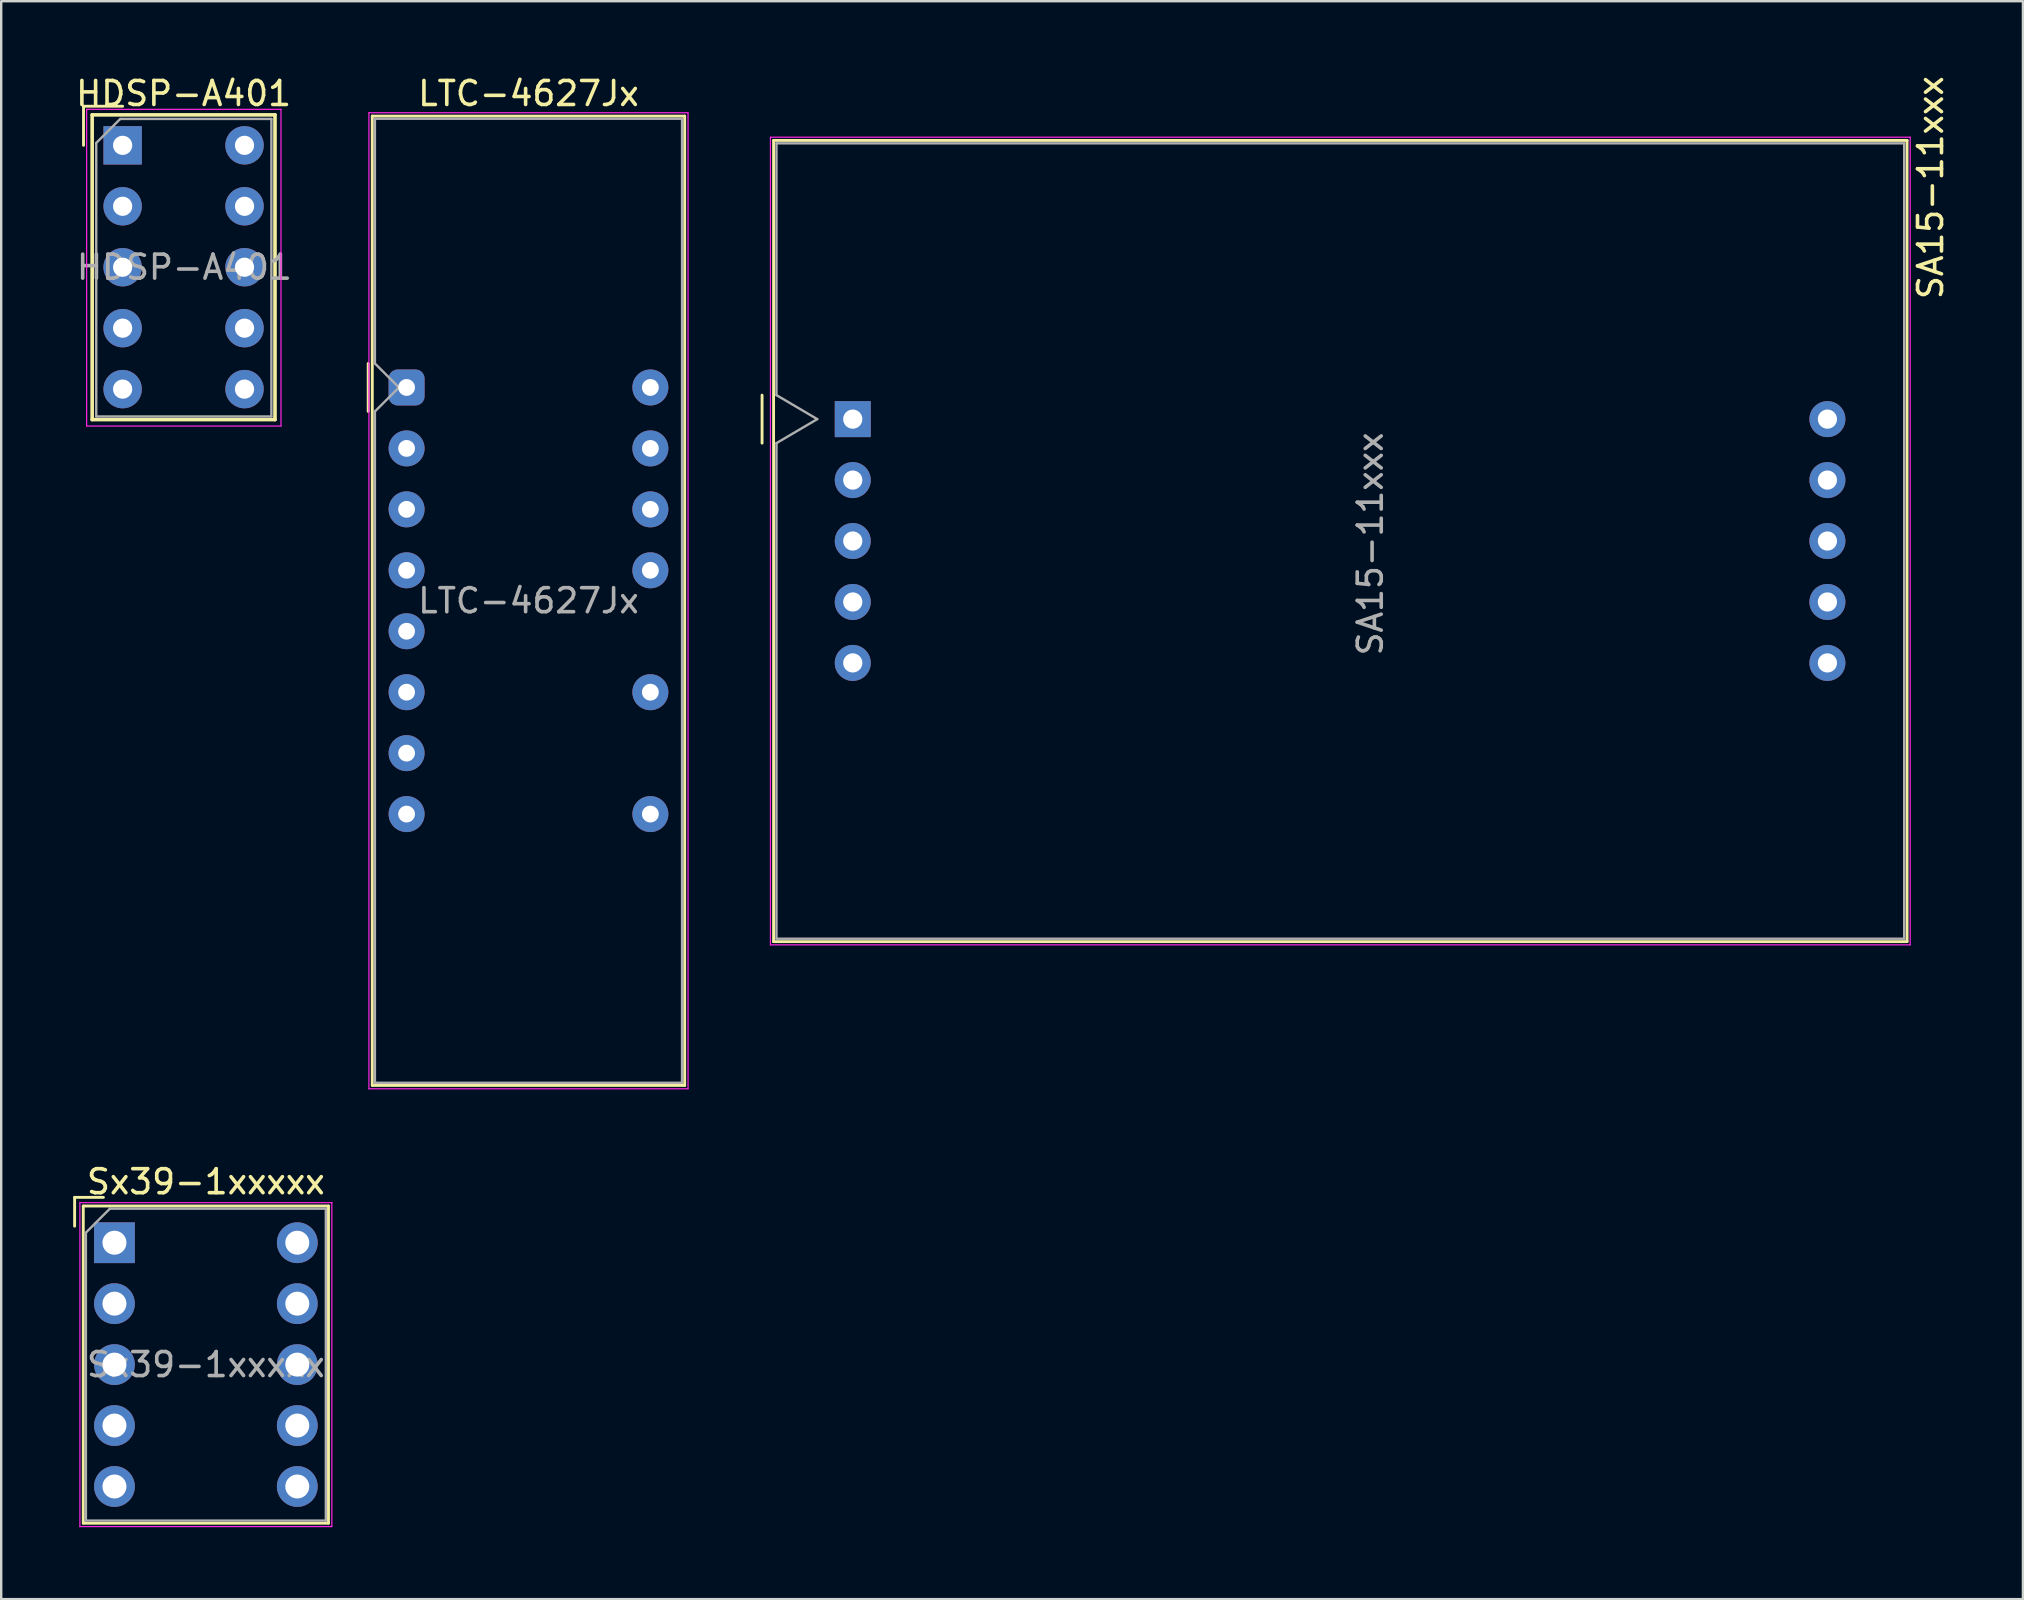
<source format=kicad_pcb>
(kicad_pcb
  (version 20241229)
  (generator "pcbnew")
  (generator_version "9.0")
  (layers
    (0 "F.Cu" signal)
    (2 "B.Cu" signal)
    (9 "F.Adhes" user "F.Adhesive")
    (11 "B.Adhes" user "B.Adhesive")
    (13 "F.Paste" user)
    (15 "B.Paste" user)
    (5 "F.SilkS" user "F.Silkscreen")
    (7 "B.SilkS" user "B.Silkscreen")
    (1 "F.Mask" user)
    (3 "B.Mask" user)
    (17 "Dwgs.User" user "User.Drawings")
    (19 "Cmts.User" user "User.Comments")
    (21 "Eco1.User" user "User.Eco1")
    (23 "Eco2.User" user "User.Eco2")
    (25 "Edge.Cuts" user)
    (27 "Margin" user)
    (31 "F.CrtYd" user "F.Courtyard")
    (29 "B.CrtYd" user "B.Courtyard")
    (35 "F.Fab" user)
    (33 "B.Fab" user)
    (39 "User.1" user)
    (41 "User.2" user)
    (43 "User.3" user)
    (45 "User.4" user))
  (footprint "HDSP-A401"
    (layer "F.Cu")
    (at 2.061 3.007)
    (property "Reference" "HDSP-A401" (at 2.54 -2.159 0) (layer "F.SilkS") (effects (font (size 1 1) (thickness 0.15))))
    (attr through_hole)
    (fp_line (start -1.63 -1.63) (end 0 -1.63) (stroke (width 0.12) (type solid)) (layer "F.SilkS"))
    (fp_line (start -1.63 0) (end -1.63 -1.63) (stroke (width 0.12) (type solid)) (layer "F.SilkS"))
    (fp_line (start -1.27 -1.27) (end -1.27 11.43) (stroke (width 0.15) (type solid)) (layer "F.SilkS"))
    (fp_line (start -1.27 11.43) (end 6.35 11.43) (stroke (width 0.15) (type solid)) (layer "F.SilkS"))
    (fp_line (start 6.35 -1.27) (end -1.27 -1.27) (stroke (width 0.15) (type solid)) (layer "F.SilkS"))
    (fp_line (start 6.35 11.43) (end 6.35 -1.27) (stroke (width 0.15) (type solid)) (layer "F.SilkS"))
    (fp_line (start -1.5 -1.5) (end 6.6 -1.5) (stroke (width 0.05) (type solid)) (layer "F.CrtYd"))
    (fp_line (start -1.5 11.7) (end -1.5 -1.5) (stroke (width 0.05) (type solid)) (layer "F.CrtYd"))
    (fp_line (start 6.6 -1.5) (end 6.6 11.7) (stroke (width 0.05) (type solid)) (layer "F.CrtYd"))
    (fp_line (start 6.6 11.7) (end -1.5 11.7) (stroke (width 0.05) (type solid)) (layer "F.CrtYd"))
    (fp_line (start -1.1 -0.1) (end -0.1 -1.1) (stroke (width 0.1) (type solid)) (layer "F.Fab"))
    (fp_line (start -1.1 11.3) (end -1.1 -0.1) (stroke (width 0.1) (type solid)) (layer "F.Fab"))
    (fp_line (start -0.1 -1.1) (end 6.2 -1.1) (stroke (width 0.1) (type solid)) (layer "F.Fab"))
    (fp_line (start 6.2 -1.1) (end 6.2 11.3) (stroke (width 0.1) (type solid)) (layer "F.Fab"))
    (fp_line (start 6.2 11.3) (end -1.1 11.3) (stroke (width 0.1) (type solid)) (layer "F.Fab"))
    (fp_text user "${REFERENCE}" (at 2.573 5.08 0) (layer "F.Fab") (effects (font (size 1 1) (thickness 0.15))))
    (pad "1" thru_hole rect (at 0 0) (size 1.6 1.6) (drill 0.8) (layers "*.Cu" "*.Mask"))
    (pad "2" thru_hole circle (at 0 2.54) (size 1.6 1.6) (drill 0.8) (layers "*.Cu" "*.Mask"))
    (pad "3" thru_hole circle (at 0 5.08) (size 1.6 1.6) (drill 0.8) (layers "*.Cu" "*.Mask"))
    (pad "4" thru_hole circle (at 0 7.62) (size 1.6 1.6) (drill 0.8) (layers "*.Cu" "*.Mask"))
    (pad "5" thru_hole circle (at 0 10.16) (size 1.6 1.6) (drill 0.8) (layers "*.Cu" "*.Mask"))
    (pad "6" thru_hole circle (at 5.08 10.16) (size 1.6 1.6) (drill 0.8) (layers "*.Cu" "*.Mask"))
    (pad "7" thru_hole circle (at 5.08 7.62) (size 1.6 1.6) (drill 0.8) (layers "*.Cu" "*.Mask"))
    (pad "8" thru_hole circle (at 5.08 5.08) (size 1.6 1.6) (drill 0.8) (layers "*.Cu" "*.Mask"))
    (pad "9" thru_hole circle (at 5.08 2.54) (size 1.6 1.6) (drill 0.8) (layers "*.Cu" "*.Mask"))
    (pad "10" thru_hole circle (at 5.08 0) (size 1.6 1.6) (drill 0.8) (layers "*.Cu" "*.Mask")))
  (footprint "LTC-4627Jx"
    (layer "F.Cu")
    (at 13.895 13.098)
    (property "Reference" "LTC-4627Jx" (at 5.08 -12.25 0) (layer "F.SilkS") (effects (font (size 1 1) (thickness 0.15))))
    (attr through_hole)
    (fp_line (start -1.6 -1) (end -1.6 1) (stroke (width 0.12) (type solid)) (layer "F.SilkS"))
    (fp_line (start -1.43 -11.31) (end -1.43 29.09) (stroke (width 0.12) (type solid)) (layer "F.SilkS"))
    (fp_line (start -1.43 -11.31) (end 11.59 -11.31) (stroke (width 0.12) (type solid)) (layer "F.SilkS"))
    (fp_line (start -1.43 29.09) (end 11.59 29.09) (stroke (width 0.12) (type solid)) (layer "F.SilkS"))
    (fp_line (start 11.59 -11.31) (end 11.59 29.09) (stroke (width 0.12) (type solid)) (layer "F.SilkS"))
    (fp_line (start -1.57 -11.45) (end -1.57 29.23) (stroke (width 0.05) (type solid)) (layer "F.CrtYd"))
    (fp_line (start -1.57 -11.45) (end 11.73 -11.45) (stroke (width 0.05) (type solid)) (layer "F.CrtYd"))
    (fp_line (start -1.57 29.23) (end 11.73 29.23) (stroke (width 0.05) (type solid)) (layer "F.CrtYd"))
    (fp_line (start 11.73 -11.45) (end 11.73 29.23) (stroke (width 0.05) (type solid)) (layer "F.CrtYd"))
    (fp_line (start -1.32 -11.2) (end -1.32 -1) (stroke (width 0.1) (type solid)) (layer "F.Fab"))
    (fp_line (start -1.32 -11.2) (end 11.48 -11.2) (stroke (width 0.1) (type solid)) (layer "F.Fab"))
    (fp_line (start -1.32 -1) (end -0.32 0) (stroke (width 0.1) (type solid)) (layer "F.Fab"))
    (fp_line (start -1.32 1) (end -1.32 28.98) (stroke (width 0.1) (type solid)) (layer "F.Fab"))
    (fp_line (start -1.32 28.98) (end 11.48 28.98) (stroke (width 0.1) (type solid)) (layer "F.Fab"))
    (fp_line (start -0.32 0) (end -1.32 1) (stroke (width 0.1) (type solid)) (layer "F.Fab"))
    (fp_line (start 11.48 -11.2) (end 11.48 28.98) (stroke (width 0.1) (type solid)) (layer "F.Fab"))
    (fp_text user "${REFERENCE}" (at 5.08 8.89 0) (layer "F.Fab") (effects (font (size 1 1) (thickness 0.15))))
    (pad "1" thru_hole roundrect (at 0 0) (size 1.5 1.5) (drill 0.7) (layers "*.Cu" "*.Mask") (roundrect_rratio 0.25))
    (pad "2" thru_hole circle (at 0 2.54) (size 1.5 1.5) (drill 0.7) (layers "*.Cu" "*.Mask"))
    (pad "3" thru_hole circle (at 0 5.08) (size 1.5 1.5) (drill 0.7) (layers "*.Cu" "*.Mask"))
    (pad "4" thru_hole circle (at 0 7.62) (size 1.5 1.5) (drill 0.7) (layers "*.Cu" "*.Mask"))
    (pad "5" thru_hole circle (at 0 10.16) (size 1.5 1.5) (drill 0.7) (layers "*.Cu" "*.Mask"))
    (pad "6" thru_hole circle (at 0 12.7) (size 1.5 1.5) (drill 0.7) (layers "*.Cu" "*.Mask"))
    (pad "7" thru_hole circle (at 0 15.24) (size 1.5 1.5) (drill 0.7) (layers "*.Cu" "*.Mask"))
    (pad "8" thru_hole circle (at 0 17.78) (size 1.5 1.5) (drill 0.7) (layers "*.Cu" "*.Mask"))
    (pad "9" thru_hole circle (at 10.16 17.78) (size 1.5 1.5) (drill 0.7) (layers "*.Cu" "*.Mask"))
    (pad "11" thru_hole circle (at 10.16 12.7) (size 1.5 1.5) (drill 0.7) (layers "*.Cu" "*.Mask"))
    (pad "13" thru_hole circle (at 10.16 7.62) (size 1.5 1.5) (drill 0.7) (layers "*.Cu" "*.Mask"))
    (pad "14" thru_hole circle (at 10.16 5.08) (size 1.5 1.5) (drill 0.7) (layers "*.Cu" "*.Mask"))
    (pad "15" thru_hole circle (at 10.16 2.54) (size 1.5 1.5) (drill 0.7) (layers "*.Cu" "*.Mask"))
    (pad "16" thru_hole circle (at 10.16 0) (size 1.5 1.5) (drill 0.7) (layers "*.Cu" "*.Mask")))
  (footprint "Sx39-1xxxxx"
    (layer "F.Cu")
    (at 1.72 48.742)
    (property "Reference" "Sx39-1xxxxx" (at 3.81 -2.54 0) (layer "F.SilkS") (effects (font (size 1 1) (thickness 0.15))))
    (attr through_hole)
    (fp_line (start -1.66 -1.89) (end -0.46 -1.89) (stroke (width 0.12) (type solid)) (layer "F.SilkS"))
    (fp_line (start -1.66 -0.69) (end -1.66 -1.89) (stroke (width 0.12) (type solid)) (layer "F.SilkS"))
    (fp_line (start -1.3 -1.53) (end -1.3 11.69) (stroke (width 0.12) (type solid)) (layer "F.SilkS"))
    (fp_line (start -1.3 11.69) (end 8.92 11.69) (stroke (width 0.12) (type solid)) (layer "F.SilkS"))
    (fp_line (start 8.92 -1.53) (end -1.3 -1.53) (stroke (width 0.12) (type solid)) (layer "F.SilkS"))
    (fp_line (start 8.92 11.69) (end 8.92 -1.53) (stroke (width 0.12) (type solid)) (layer "F.SilkS"))
    (fp_line (start -1.44 -1.67) (end 9.06 -1.67) (stroke (width 0.05) (type solid)) (layer "F.CrtYd"))
    (fp_line (start -1.44 11.83) (end -1.44 -1.67) (stroke (width 0.05) (type solid)) (layer "F.CrtYd"))
    (fp_line (start 9.06 -1.67) (end 9.06 11.83) (stroke (width 0.05) (type solid)) (layer "F.CrtYd"))
    (fp_line (start 9.06 11.83) (end -1.44 11.83) (stroke (width 0.05) (type solid)) (layer "F.CrtYd"))
    (fp_line (start -1.19 -0.42) (end -0.19 -1.42) (stroke (width 0.1) (type solid)) (layer "F.Fab"))
    (fp_line (start -1.19 11.58) (end -1.19 -0.42) (stroke (width 0.1) (type solid)) (layer "F.Fab"))
    (fp_line (start -0.19 -1.42) (end 8.81 -1.42) (stroke (width 0.1) (type solid)) (layer "F.Fab"))
    (fp_line (start 8.81 -1.42) (end 8.81 11.58) (stroke (width 0.1) (type solid)) (layer "F.Fab"))
    (fp_line (start 8.81 11.58) (end -1.19 11.58) (stroke (width 0.1) (type solid)) (layer "F.Fab"))
    (fp_text user "${REFERENCE}" (at 3.81 5.08 0) (layer "F.Fab") (effects (font (size 1 1) (thickness 0.15))))
    (pad "1" thru_hole rect (at 0 0) (size 1.7 1.7) (drill 1) (layers "*.Cu" "*.Mask"))
    (pad "2" thru_hole circle (at 0 2.54) (size 1.7 1.7) (drill 1) (layers "*.Cu" "*.Mask"))
    (pad "3" thru_hole circle (at 0 5.08) (size 1.7 1.7) (drill 1) (layers "*.Cu" "*.Mask"))
    (pad "4" thru_hole circle (at 0 7.62) (size 1.7 1.7) (drill 1) (layers "*.Cu" "*.Mask"))
    (pad "5" thru_hole circle (at 0 10.16) (size 1.7 1.7) (drill 1) (layers "*.Cu" "*.Mask"))
    (pad "6" thru_hole circle (at 7.62 10.16) (size 1.7 1.7) (drill 1) (layers "*.Cu" "*.Mask"))
    (pad "7" thru_hole circle (at 7.62 7.62) (size 1.7 1.7) (drill 1) (layers "*.Cu" "*.Mask"))
    (pad "8" thru_hole circle (at 7.62 5.08) (size 1.7 1.7) (drill 1) (layers "*.Cu" "*.Mask"))
    (pad "9" thru_hole circle (at 7.62 2.54) (size 1.7 1.7) (drill 1) (layers "*.Cu" "*.Mask"))
    (pad "10" thru_hole circle (at 7.62 0) (size 1.7 1.7) (drill 1) (layers "*.Cu" "*.Mask")))
  (footprint "SA15-11xxx"
    (layer "F.Cu")
    (at 32.49 14.418)
    (property "Reference" "SA15-11xxx" (at 44.92 -9.65 270) (layer "F.SilkS") (effects (font (size 1 1) (thickness 0.15))))
    (attr through_hole)
    (fp_line (start -3.78 -1) (end -3.78 1) (stroke (width 0.12) (type solid)) (layer "F.SilkS"))
    (fp_line (start -3.3 -11.615) (end 43.94 -11.615) (stroke (width 0.12) (type solid)) (layer "F.SilkS"))
    (fp_line (start -3.3 21.775) (end -3.3 -11.615) (stroke (width 0.12) (type solid)) (layer "F.SilkS"))
    (fp_line (start 43.94 -11.615) (end 43.94 21.775) (stroke (width 0.12) (type solid)) (layer "F.SilkS"))
    (fp_line (start 43.94 21.775) (end -3.3 21.775) (stroke (width 0.12) (type solid)) (layer "F.SilkS"))
    (fp_line (start -3.43 -11.75) (end 44.07 -11.75) (stroke (width 0.05) (type solid)) (layer "F.CrtYd"))
    (fp_line (start -3.43 21.91) (end -3.43 -11.75) (stroke (width 0.05) (type solid)) (layer "F.CrtYd"))
    (fp_line (start 44.07 -11.75) (end 44.07 21.91) (stroke (width 0.05) (type solid)) (layer "F.CrtYd"))
    (fp_line (start 44.07 21.91) (end -3.43 21.91) (stroke (width 0.05) (type solid)) (layer "F.CrtYd"))
    (fp_line (start -3.18 -11.495) (end -3.18 -1) (stroke (width 0.1) (type solid)) (layer "F.Fab"))
    (fp_line (start -3.18 -1) (end -1.48 0) (stroke (width 0.1) (type solid)) (layer "F.Fab"))
    (fp_line (start -3.18 1) (end -3.18 21.655) (stroke (width 0.1) (type solid)) (layer "F.Fab"))
    (fp_line (start -3.18 21.655) (end 43.82 21.655) (stroke (width 0.1) (type solid)) (layer "F.Fab"))
    (fp_line (start -1.48 0) (end -3.18 1) (stroke (width 0.1) (type solid)) (layer "F.Fab"))
    (fp_line (start 43.82 -11.495) (end -3.18 -11.495) (stroke (width 0.1) (type solid)) (layer "F.Fab"))
    (fp_line (start 43.82 21.655) (end 43.82 -11.495) (stroke (width 0.1) (type solid)) (layer "F.Fab"))
    (fp_text user "${REFERENCE}" (at 21.57 5.2 270) (layer "F.Fab") (effects (font (size 1 1) (thickness 0.15))))
    (pad "1" thru_hole rect (at 0 0 270) (size 1.5 1.5) (drill 0.8) (layers "*.Cu" "*.Mask"))
    (pad "2" thru_hole circle (at 0 2.54 270) (size 1.5 1.5) (drill 0.8) (layers "*.Cu" "*.Mask"))
    (pad "3" thru_hole circle (at 0 5.08 270) (size 1.5 1.5) (drill 0.8) (layers "*.Cu" "*.Mask"))
    (pad "4" thru_hole circle (at 0 7.62 270) (size 1.5 1.5) (drill 0.8) (layers "*.Cu" "*.Mask"))
    (pad "5" thru_hole circle (at 0 10.16 270) (size 1.5 1.5) (drill 0.8) (layers "*.Cu" "*.Mask"))
    (pad "6" thru_hole circle (at 40.62 10.16 270) (size 1.5 1.5) (drill 0.8) (layers "*.Cu" "*.Mask"))
    (pad "7" thru_hole circle (at 40.62 7.62 270) (size 1.5 1.5) (drill 0.8) (layers "*.Cu" "*.Mask"))
    (pad "8" thru_hole circle (at 40.62 5.08 270) (size 1.5 1.5) (drill 0.8) (layers "*.Cu" "*.Mask"))
    (pad "9" thru_hole circle (at 40.62 2.54 270) (size 1.5 1.5) (drill 0.8) (layers "*.Cu" "*.Mask"))
    (pad "10" thru_hole circle (at 40.62 0 270) (size 1.5 1.5) (drill 0.8) (layers "*.Cu" "*.Mask")))
  (gr_rect
    (start -3 -3)
    (end 81.259 63.596)
    (stroke (width 0.1) (type default))
    (fill no)
    (layer "Edge.Cuts")))
</source>
